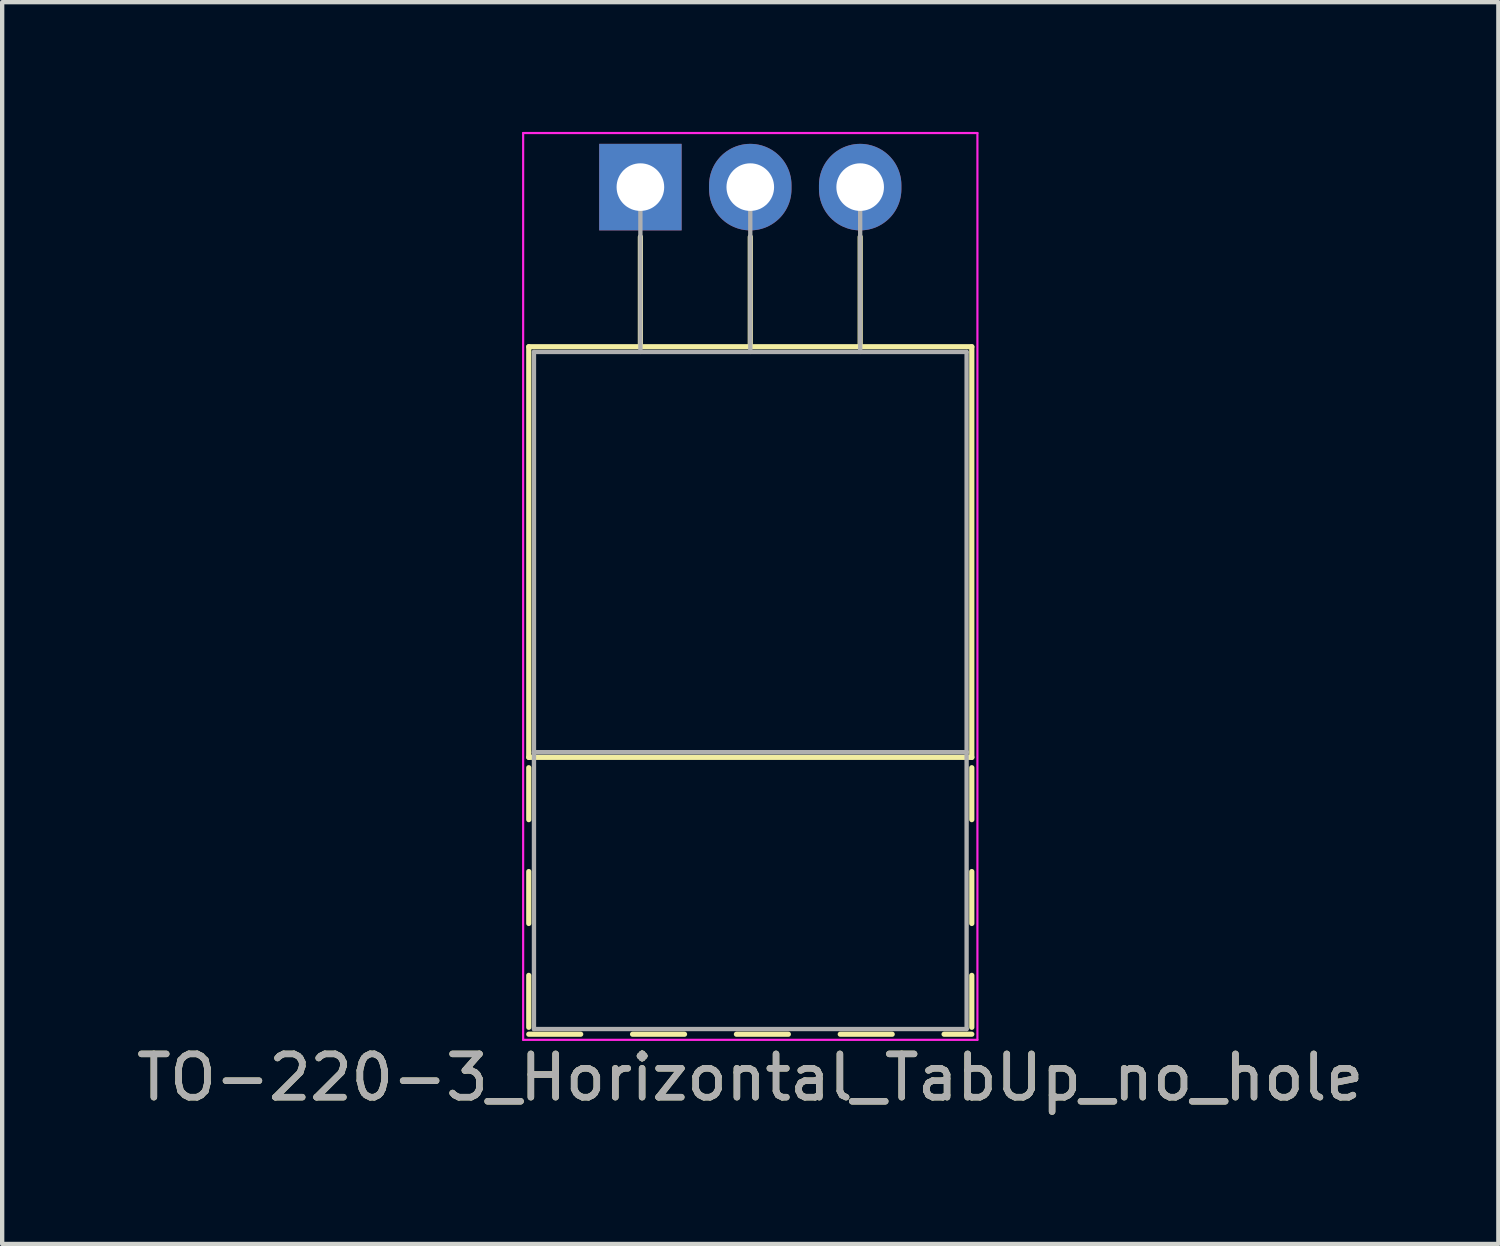
<source format=kicad_pcb>
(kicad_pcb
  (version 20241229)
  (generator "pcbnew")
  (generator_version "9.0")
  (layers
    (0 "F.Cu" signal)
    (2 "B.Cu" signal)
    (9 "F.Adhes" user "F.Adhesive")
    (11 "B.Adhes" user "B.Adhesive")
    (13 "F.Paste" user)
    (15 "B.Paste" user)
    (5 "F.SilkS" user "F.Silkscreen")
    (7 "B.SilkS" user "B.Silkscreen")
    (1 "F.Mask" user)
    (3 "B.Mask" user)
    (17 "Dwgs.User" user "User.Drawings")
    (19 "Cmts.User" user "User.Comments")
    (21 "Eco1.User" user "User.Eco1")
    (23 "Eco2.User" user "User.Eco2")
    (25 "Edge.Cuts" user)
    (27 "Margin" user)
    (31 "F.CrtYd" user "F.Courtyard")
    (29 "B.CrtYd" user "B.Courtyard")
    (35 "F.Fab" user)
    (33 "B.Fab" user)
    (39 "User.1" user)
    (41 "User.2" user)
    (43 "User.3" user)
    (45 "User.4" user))
  (footprint "TO-220-3_Horizontal_TabUp_no_hole"
    (layer "F.Cu")
    (at 11.752 1.275)
    (property "Reference" "TO-220-3_Horizontal_TabUp_no_hole" (at 2.54 20.58 180) (layer "F.SilkS") (effects (font (size 1 1) (thickness 0.15))))
    (attr through_hole)
    (fp_line (start -2.58 3.69) (end -2.58 13.18) (stroke (width 0.12) (type solid)) (layer "F.SilkS"))
    (fp_line (start -2.58 3.69) (end 7.66 3.69) (stroke (width 0.12) (type solid)) (layer "F.SilkS"))
    (fp_line (start -2.58 13.18) (end 7.66 13.18) (stroke (width 0.12) (type solid)) (layer "F.SilkS"))
    (fp_line (start -2.58 13.42) (end -2.58 14.62) (stroke (width 0.12) (type solid)) (layer "F.SilkS"))
    (fp_line (start -2.58 15.82) (end -2.58 17.02) (stroke (width 0.12) (type solid)) (layer "F.SilkS"))
    (fp_line (start -2.58 18.22) (end -2.58 19.42) (stroke (width 0.12) (type solid)) (layer "F.SilkS"))
    (fp_line (start -2.58 19.58) (end -1.38 19.58) (stroke (width 0.12) (type solid)) (layer "F.SilkS"))
    (fp_line (start -0.181 19.58) (end 1.02 19.58) (stroke (width 0.12) (type solid)) (layer "F.SilkS"))
    (fp_line (start 0 1.15) (end 0 3.69) (stroke (width 0.12) (type solid)) (layer "F.SilkS"))
    (fp_line (start 2.22 19.58) (end 3.42 19.58) (stroke (width 0.12) (type solid)) (layer "F.SilkS"))
    (fp_line (start 2.54 1.15) (end 2.54 3.69) (stroke (width 0.12) (type solid)) (layer "F.SilkS"))
    (fp_line (start 4.62 19.58) (end 5.82 19.58) (stroke (width 0.12) (type solid)) (layer "F.SilkS"))
    (fp_line (start 5.08 1.15) (end 5.08 3.69) (stroke (width 0.12) (type solid)) (layer "F.SilkS"))
    (fp_line (start 7.02 19.58) (end 7.66 19.58) (stroke (width 0.12) (type solid)) (layer "F.SilkS"))
    (fp_line (start 7.66 3.69) (end 7.66 13.18) (stroke (width 0.12) (type solid)) (layer "F.SilkS"))
    (fp_line (start 7.66 13.42) (end 7.66 14.62) (stroke (width 0.12) (type solid)) (layer "F.SilkS"))
    (fp_line (start 7.66 15.82) (end 7.66 17.02) (stroke (width 0.12) (type solid)) (layer "F.SilkS"))
    (fp_line (start 7.66 18.22) (end 7.66 19.42) (stroke (width 0.12) (type solid)) (layer "F.SilkS"))
    (fp_line (start -2.71 -1.25) (end -2.71 19.71) (stroke (width 0.05) (type solid)) (layer "F.CrtYd"))
    (fp_line (start -2.71 19.71) (end 7.79 19.71) (stroke (width 0.05) (type solid)) (layer "F.CrtYd"))
    (fp_line (start 7.79 -1.25) (end -2.71 -1.25) (stroke (width 0.05) (type solid)) (layer "F.CrtYd"))
    (fp_line (start 7.79 19.71) (end 7.79 -1.25) (stroke (width 0.05) (type solid)) (layer "F.CrtYd"))
    (fp_line (start -2.46 3.81) (end -2.46 13.06) (stroke (width 0.1) (type solid)) (layer "F.Fab"))
    (fp_line (start -2.46 13.06) (end -2.46 19.46) (stroke (width 0.1) (type solid)) (layer "F.Fab"))
    (fp_line (start -2.46 13.06) (end 7.54 13.06) (stroke (width 0.1) (type solid)) (layer "F.Fab"))
    (fp_line (start -2.46 19.46) (end 7.54 19.46) (stroke (width 0.1) (type solid)) (layer "F.Fab"))
    (fp_line (start 0 3.81) (end 0 0) (stroke (width 0.1) (type solid)) (layer "F.Fab"))
    (fp_line (start 2.54 3.81) (end 2.54 0) (stroke (width 0.1) (type solid)) (layer "F.Fab"))
    (fp_line (start 5.08 3.81) (end 5.08 0) (stroke (width 0.1) (type solid)) (layer "F.Fab"))
    (fp_line (start 7.54 3.81) (end -2.46 3.81) (stroke (width 0.1) (type solid)) (layer "F.Fab"))
    (fp_line (start 7.54 13.06) (end -2.46 13.06) (stroke (width 0.1) (type solid)) (layer "F.Fab"))
    (fp_line (start 7.54 13.06) (end 7.54 3.81) (stroke (width 0.1) (type solid)) (layer "F.Fab"))
    (fp_line (start 7.54 19.46) (end 7.54 13.06) (stroke (width 0.1) (type solid)) (layer "F.Fab"))
    (fp_text user "${REFERENCE}" (at 2.54 20.58 180) (layer "F.Fab") (effects (font (size 1 1) (thickness 0.15))))
    (pad "1" thru_hole rect (at 0 0) (size 1.905 2) (drill 1.1) (layers "*.Cu" "*.Mask"))
    (pad "2" thru_hole oval (at 2.54 0) (size 1.905 2) (drill 1.1) (layers "*.Cu" "*.Mask"))
    (pad "3" thru_hole oval (at 5.08 0) (size 1.905 2) (drill 1.1) (layers "*.Cu" "*.Mask")))
  (gr_rect
    (start -3 -3)
    (end 31.583 25.703)
    (stroke (width 0.1) (type default))
    (fill no)
    (layer "Edge.Cuts")))
</source>
